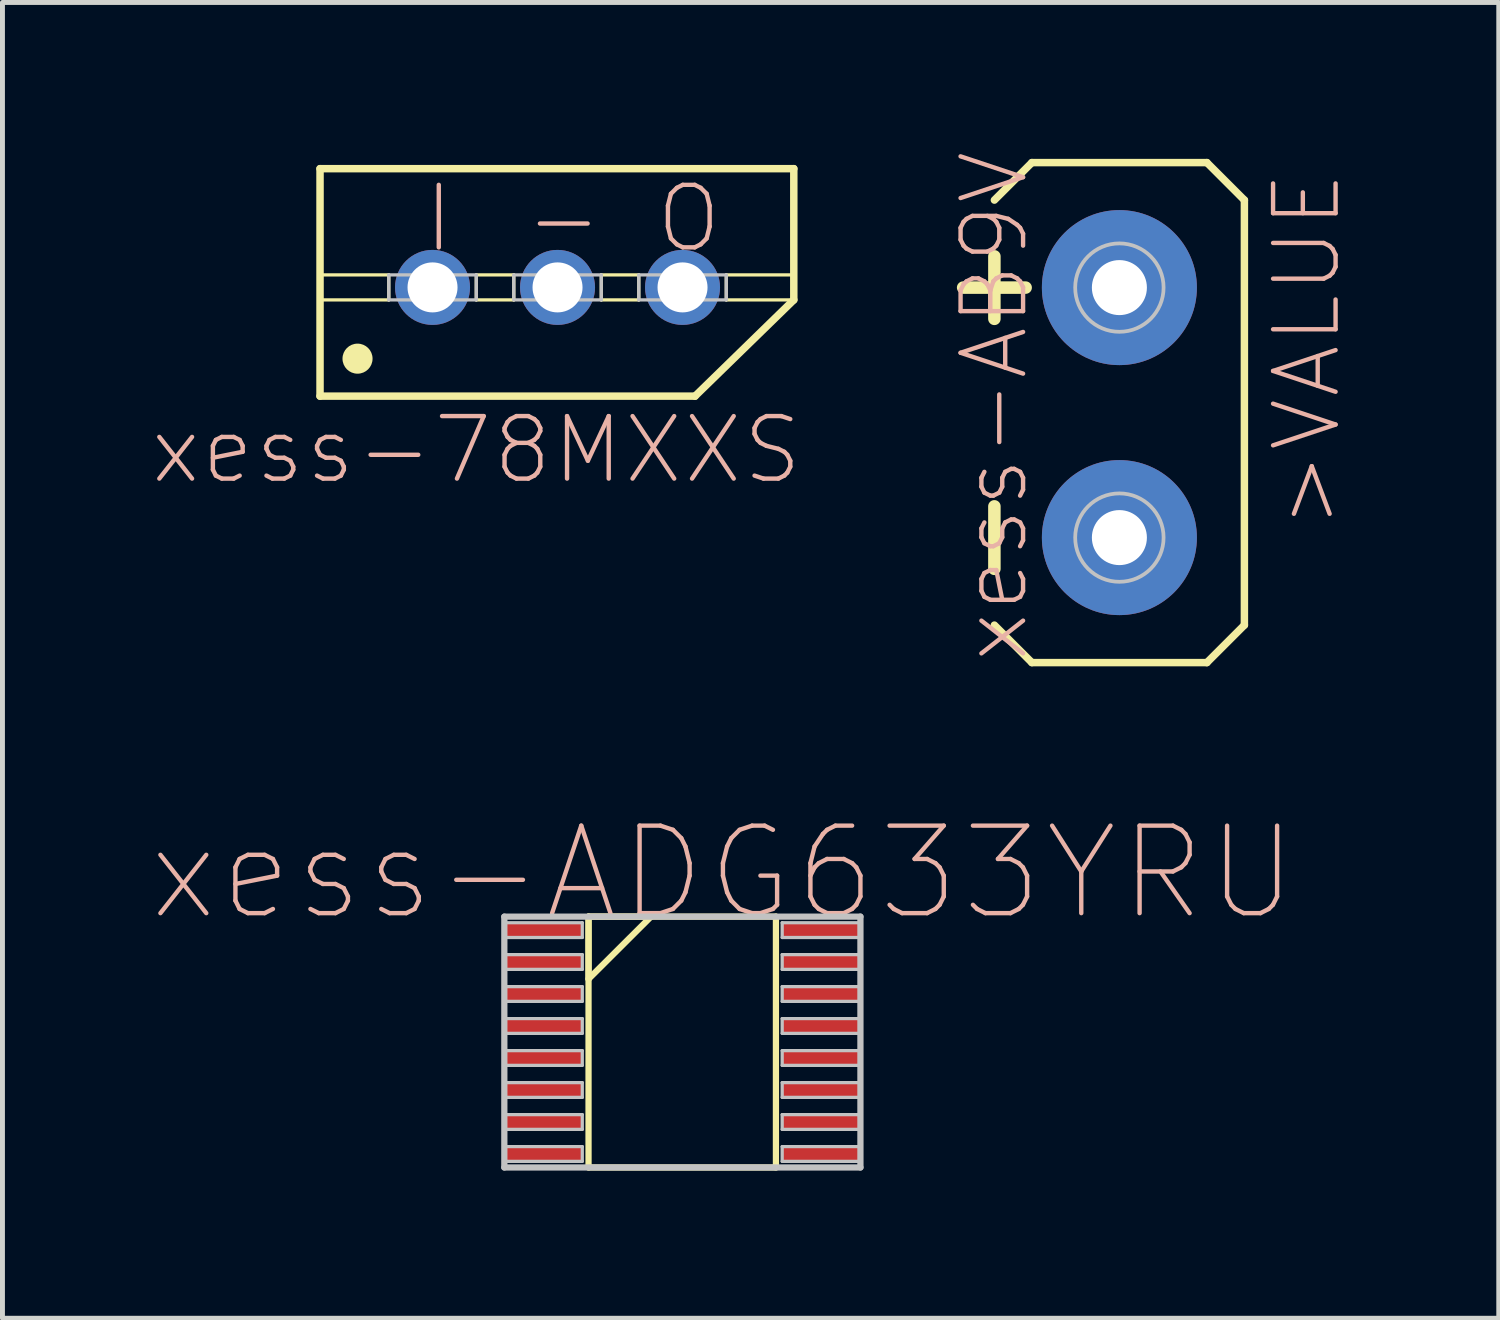
<source format=kicad_pcb>
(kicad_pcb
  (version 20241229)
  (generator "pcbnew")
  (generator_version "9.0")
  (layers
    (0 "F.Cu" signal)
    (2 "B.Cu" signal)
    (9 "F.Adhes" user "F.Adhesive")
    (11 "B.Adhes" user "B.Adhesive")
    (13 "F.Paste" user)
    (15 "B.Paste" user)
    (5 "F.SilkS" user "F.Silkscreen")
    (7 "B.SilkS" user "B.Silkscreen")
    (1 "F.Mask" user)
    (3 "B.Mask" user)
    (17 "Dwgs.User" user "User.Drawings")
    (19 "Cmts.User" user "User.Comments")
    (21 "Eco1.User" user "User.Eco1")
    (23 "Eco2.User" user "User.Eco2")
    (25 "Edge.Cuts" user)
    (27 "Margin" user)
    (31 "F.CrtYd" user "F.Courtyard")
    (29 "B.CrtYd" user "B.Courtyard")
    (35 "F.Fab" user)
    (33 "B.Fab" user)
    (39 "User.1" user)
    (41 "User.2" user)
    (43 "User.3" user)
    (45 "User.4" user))
  (footprint "xess-ADG633YRU"
    (layer "F.Cu")
    (at 7.99 15.85)
    (property "Reference" "xess-ADG633YRU" (at 3.65 -1.163 0) (layer "B.SilkS") (effects (font (size 1.778 1.778) (thickness 0.089))))
    (attr smd)
    (fp_line (start 0.919 -0.274) (end 0.919 0.993) (stroke (width 0.127) (type solid)) (layer "F.SilkS"))
    (fp_line (start 0.919 -0.274) (end 0.919 4.823) (stroke (width 0.127) (type solid)) (layer "F.SilkS"))
    (fp_line (start 0.919 0.993) (end 2.189 -0.274) (stroke (width 0.127) (type solid)) (layer "F.SilkS"))
    (fp_line (start 0.919 4.823) (end 4.727 4.823) (stroke (width 0.127) (type solid)) (layer "F.SilkS"))
    (fp_line (start 2.189 -0.274) (end 0.919 -0.274) (stroke (width 0.127) (type solid)) (layer "F.SilkS"))
    (fp_line (start 4.727 -0.274) (end 0.919 -0.274) (stroke (width 0.127) (type solid)) (layer "F.SilkS"))
    (fp_line (start 4.727 4.823) (end 4.727 -0.274) (stroke (width 0.127) (type solid)) (layer "F.SilkS"))
    (fp_line (start -0.792 -0.274) (end -0.792 4.823) (stroke (width 0.127) (type solid)) (layer "Dwgs.User"))
    (fp_line (start -0.792 -0.15) (end 0.792 -0.15) (stroke (width 0.066) (type solid)) (layer "Dwgs.User"))
    (fp_line (start -0.792 0.15) (end -0.792 -0.15) (stroke (width 0.066) (type solid)) (layer "Dwgs.User"))
    (fp_line (start -0.792 0.15) (end 0.792 0.15) (stroke (width 0.066) (type solid)) (layer "Dwgs.User"))
    (fp_line (start -0.792 0.498) (end 0.792 0.498) (stroke (width 0.066) (type solid)) (layer "Dwgs.User"))
    (fp_line (start -0.792 0.798) (end -0.792 0.498) (stroke (width 0.066) (type solid)) (layer "Dwgs.User"))
    (fp_line (start -0.792 0.798) (end 0.792 0.798) (stroke (width 0.066) (type solid)) (layer "Dwgs.User"))
    (fp_line (start -0.792 1.148) (end 0.792 1.148) (stroke (width 0.066) (type solid)) (layer "Dwgs.User"))
    (fp_line (start -0.792 1.448) (end -0.792 1.148) (stroke (width 0.066) (type solid)) (layer "Dwgs.User"))
    (fp_line (start -0.792 1.448) (end 0.792 1.448) (stroke (width 0.066) (type solid)) (layer "Dwgs.User"))
    (fp_line (start -0.792 1.798) (end 0.792 1.798) (stroke (width 0.066) (type solid)) (layer "Dwgs.User"))
    (fp_line (start -0.792 2.098) (end -0.792 1.798) (stroke (width 0.066) (type solid)) (layer "Dwgs.User"))
    (fp_line (start -0.792 2.098) (end 0.792 2.098) (stroke (width 0.066) (type solid)) (layer "Dwgs.User"))
    (fp_line (start -0.792 2.449) (end 0.792 2.449) (stroke (width 0.066) (type solid)) (layer "Dwgs.User"))
    (fp_line (start -0.792 2.748) (end -0.792 2.449) (stroke (width 0.066) (type solid)) (layer "Dwgs.User"))
    (fp_line (start -0.792 2.748) (end 0.792 2.748) (stroke (width 0.066) (type solid)) (layer "Dwgs.User"))
    (fp_line (start -0.792 3.099) (end 0.792 3.099) (stroke (width 0.066) (type solid)) (layer "Dwgs.User"))
    (fp_line (start -0.792 3.399) (end -0.792 3.099) (stroke (width 0.066) (type solid)) (layer "Dwgs.User"))
    (fp_line (start -0.792 3.399) (end 0.792 3.399) (stroke (width 0.066) (type solid)) (layer "Dwgs.User"))
    (fp_line (start -0.792 3.749) (end 0.792 3.749) (stroke (width 0.066) (type solid)) (layer "Dwgs.User"))
    (fp_line (start -0.792 4.049) (end -0.792 3.749) (stroke (width 0.066) (type solid)) (layer "Dwgs.User"))
    (fp_line (start -0.792 4.049) (end 0.792 4.049) (stroke (width 0.066) (type solid)) (layer "Dwgs.User"))
    (fp_line (start -0.792 4.399) (end 0.792 4.399) (stroke (width 0.066) (type solid)) (layer "Dwgs.User"))
    (fp_line (start -0.792 4.699) (end -0.792 4.399) (stroke (width 0.066) (type solid)) (layer "Dwgs.User"))
    (fp_line (start -0.792 4.699) (end 0.792 4.699) (stroke (width 0.066) (type solid)) (layer "Dwgs.User"))
    (fp_line (start -0.792 4.823) (end 6.444 4.823) (stroke (width 0.127) (type solid)) (layer "Dwgs.User"))
    (fp_line (start 0.792 0.15) (end 0.792 -0.15) (stroke (width 0.066) (type solid)) (layer "Dwgs.User"))
    (fp_line (start 0.792 0.798) (end 0.792 0.498) (stroke (width 0.066) (type solid)) (layer "Dwgs.User"))
    (fp_line (start 0.792 1.448) (end 0.792 1.148) (stroke (width 0.066) (type solid)) (layer "Dwgs.User"))
    (fp_line (start 0.792 2.098) (end 0.792 1.798) (stroke (width 0.066) (type solid)) (layer "Dwgs.User"))
    (fp_line (start 0.792 2.748) (end 0.792 2.449) (stroke (width 0.066) (type solid)) (layer "Dwgs.User"))
    (fp_line (start 0.792 3.399) (end 0.792 3.099) (stroke (width 0.066) (type solid)) (layer "Dwgs.User"))
    (fp_line (start 0.792 4.049) (end 0.792 3.749) (stroke (width 0.066) (type solid)) (layer "Dwgs.User"))
    (fp_line (start 0.792 4.699) (end 0.792 4.399) (stroke (width 0.066) (type solid)) (layer "Dwgs.User"))
    (fp_line (start 4.854 -0.15) (end 6.444 -0.15) (stroke (width 0.066) (type solid)) (layer "Dwgs.User"))
    (fp_line (start 4.854 0.15) (end 4.854 -0.15) (stroke (width 0.066) (type solid)) (layer "Dwgs.User"))
    (fp_line (start 4.854 0.15) (end 6.444 0.15) (stroke (width 0.066) (type solid)) (layer "Dwgs.User"))
    (fp_line (start 4.854 0.498) (end 6.444 0.498) (stroke (width 0.066) (type solid)) (layer "Dwgs.User"))
    (fp_line (start 4.854 0.798) (end 4.854 0.498) (stroke (width 0.066) (type solid)) (layer "Dwgs.User"))
    (fp_line (start 4.854 0.798) (end 6.444 0.798) (stroke (width 0.066) (type solid)) (layer "Dwgs.User"))
    (fp_line (start 4.854 1.148) (end 6.444 1.148) (stroke (width 0.066) (type solid)) (layer "Dwgs.User"))
    (fp_line (start 4.854 1.448) (end 4.854 1.148) (stroke (width 0.066) (type solid)) (layer "Dwgs.User"))
    (fp_line (start 4.854 1.448) (end 6.444 1.448) (stroke (width 0.066) (type solid)) (layer "Dwgs.User"))
    (fp_line (start 4.854 1.798) (end 6.444 1.798) (stroke (width 0.066) (type solid)) (layer "Dwgs.User"))
    (fp_line (start 4.854 2.098) (end 4.854 1.798) (stroke (width 0.066) (type solid)) (layer "Dwgs.User"))
    (fp_line (start 4.854 2.098) (end 6.444 2.098) (stroke (width 0.066) (type solid)) (layer "Dwgs.User"))
    (fp_line (start 4.854 2.449) (end 6.444 2.449) (stroke (width 0.066) (type solid)) (layer "Dwgs.User"))
    (fp_line (start 4.854 2.748) (end 4.854 2.449) (stroke (width 0.066) (type solid)) (layer "Dwgs.User"))
    (fp_line (start 4.854 2.748) (end 6.444 2.748) (stroke (width 0.066) (type solid)) (layer "Dwgs.User"))
    (fp_line (start 4.854 3.099) (end 6.444 3.099) (stroke (width 0.066) (type solid)) (layer "Dwgs.User"))
    (fp_line (start 4.854 3.399) (end 4.854 3.099) (stroke (width 0.066) (type solid)) (layer "Dwgs.User"))
    (fp_line (start 4.854 3.399) (end 6.444 3.399) (stroke (width 0.066) (type solid)) (layer "Dwgs.User"))
    (fp_line (start 4.854 3.749) (end 6.444 3.749) (stroke (width 0.066) (type solid)) (layer "Dwgs.User"))
    (fp_line (start 4.854 4.049) (end 4.854 3.749) (stroke (width 0.066) (type solid)) (layer "Dwgs.User"))
    (fp_line (start 4.854 4.049) (end 6.444 4.049) (stroke (width 0.066) (type solid)) (layer "Dwgs.User"))
    (fp_line (start 4.854 4.399) (end 6.444 4.399) (stroke (width 0.066) (type solid)) (layer "Dwgs.User"))
    (fp_line (start 4.854 4.699) (end 4.854 4.399) (stroke (width 0.066) (type solid)) (layer "Dwgs.User"))
    (fp_line (start 4.854 4.699) (end 6.444 4.699) (stroke (width 0.066) (type solid)) (layer "Dwgs.User"))
    (fp_line (start 6.444 -0.274) (end -0.792 -0.274) (stroke (width 0.127) (type solid)) (layer "Dwgs.User"))
    (fp_line (start 6.444 0.15) (end 6.444 -0.15) (stroke (width 0.066) (type solid)) (layer "Dwgs.User"))
    (fp_line (start 6.444 0.798) (end 6.444 0.498) (stroke (width 0.066) (type solid)) (layer "Dwgs.User"))
    (fp_line (start 6.444 1.448) (end 6.444 1.148) (stroke (width 0.066) (type solid)) (layer "Dwgs.User"))
    (fp_line (start 6.444 2.098) (end 6.444 1.798) (stroke (width 0.066) (type solid)) (layer "Dwgs.User"))
    (fp_line (start 6.444 2.748) (end 6.444 2.449) (stroke (width 0.066) (type solid)) (layer "Dwgs.User"))
    (fp_line (start 6.444 3.399) (end 6.444 3.099) (stroke (width 0.066) (type solid)) (layer "Dwgs.User"))
    (fp_line (start 6.444 4.049) (end 6.444 3.749) (stroke (width 0.066) (type solid)) (layer "Dwgs.User"))
    (fp_line (start 6.444 4.699) (end 6.444 4.399) (stroke (width 0.066) (type solid)) (layer "Dwgs.User"))
    (fp_line (start 6.444 4.823) (end 6.444 -0.274) (stroke (width 0.127) (type solid)) (layer "Dwgs.User"))
    (pad "1" smd rect (at 0 0) (size 1.587 0.3) (layers "F.Cu" "F.Mask" "F.Paste"))
    (pad "2" smd rect (at 0 0.648) (size 1.587 0.3) (layers "F.Cu" "F.Mask" "F.Paste"))
    (pad "3" smd rect (at 0 1.298) (size 1.587 0.3) (layers "F.Cu" "F.Mask" "F.Paste"))
    (pad "4" smd rect (at 0 1.948) (size 1.587 0.3) (layers "F.Cu" "F.Mask" "F.Paste"))
    (pad "5" smd rect (at 0 2.598) (size 1.587 0.3) (layers "F.Cu" "F.Mask" "F.Paste"))
    (pad "6" smd rect (at 0 3.249) (size 1.587 0.3) (layers "F.Cu" "F.Mask" "F.Paste"))
    (pad "7" smd rect (at 0 3.899) (size 1.587 0.3) (layers "F.Cu" "F.Mask" "F.Paste"))
    (pad "8" smd rect (at 0 4.549) (size 1.587 0.3) (layers "F.Cu" "F.Mask" "F.Paste"))
    (pad "9" smd rect (at 5.649 4.549) (size 1.587 0.3) (layers "F.Cu" "F.Mask" "F.Paste"))
    (pad "10" smd rect (at 5.649 3.899) (size 1.587 0.3) (layers "F.Cu" "F.Mask" "F.Paste"))
    (pad "11" smd rect (at 5.649 3.249) (size 1.587 0.3) (layers "F.Cu" "F.Mask" "F.Paste"))
    (pad "12" smd rect (at 5.649 2.598) (size 1.587 0.3) (layers "F.Cu" "F.Mask" "F.Paste"))
    (pad "13" smd rect (at 5.649 1.948) (size 1.587 0.3) (layers "F.Cu" "F.Mask" "F.Paste"))
    (pad "14" smd rect (at 5.649 1.298) (size 1.587 0.3) (layers "F.Cu" "F.Mask" "F.Paste"))
    (pad "15" smd rect (at 5.649 0.648) (size 1.587 0.3) (layers "F.Cu" "F.Mask" "F.Paste"))
    (pad "16" smd rect (at 5.649 0) (size 1.587 0.3) (layers "F.Cu" "F.Mask" "F.Paste")))
  (footprint "xess-78MXXS"
    (layer "F.Cu")
    (at 8.279 0.25)
    (property "Reference" "xess-78MXXS" (at -1.651 5.842 0) (layer "B.SilkS") (effects (font (size 1.27 1.27) (thickness 0.089))))
    (attr exclude_from_pos_files exclude_from_bom)
    (fp_line (start -4.826 0.127) (end 4.801 0.127) (stroke (width 0.152) (type solid)) (layer "F.SilkS"))
    (fp_line (start -4.826 2.286) (end -3.429 2.286) (stroke (width 0.066) (type solid)) (layer "F.SilkS"))
    (fp_line (start -4.826 2.794) (end -4.826 2.286) (stroke (width 0.066) (type solid)) (layer "F.SilkS"))
    (fp_line (start -4.826 2.794) (end -3.429 2.794) (stroke (width 0.066) (type solid)) (layer "F.SilkS"))
    (fp_line (start -4.826 4.75) (end -4.826 0.127) (stroke (width 0.152) (type solid)) (layer "F.SilkS"))
    (fp_line (start -4.826 4.75) (end 2.794 4.75) (stroke (width 0.152) (type solid)) (layer "F.SilkS"))
    (fp_line (start -3.429 2.794) (end -3.429 2.286) (stroke (width 0.066) (type solid)) (layer "F.SilkS"))
    (fp_line (start -1.651 2.286) (end -0.889 2.286) (stroke (width 0.066) (type solid)) (layer "F.SilkS"))
    (fp_line (start -1.651 2.794) (end -1.651 2.286) (stroke (width 0.066) (type solid)) (layer "F.SilkS"))
    (fp_line (start -1.651 2.794) (end -0.889 2.794) (stroke (width 0.066) (type solid)) (layer "F.SilkS"))
    (fp_line (start -0.889 2.794) (end -0.889 2.286) (stroke (width 0.066) (type solid)) (layer "F.SilkS"))
    (fp_line (start 0.889 2.286) (end 1.651 2.286) (stroke (width 0.066) (type solid)) (layer "F.SilkS"))
    (fp_line (start 0.889 2.794) (end 0.889 2.286) (stroke (width 0.066) (type solid)) (layer "F.SilkS"))
    (fp_line (start 0.889 2.794) (end 1.651 2.794) (stroke (width 0.066) (type solid)) (layer "F.SilkS"))
    (fp_line (start 1.651 2.794) (end 1.651 2.286) (stroke (width 0.066) (type solid)) (layer "F.SilkS"))
    (fp_line (start 2.794 4.75) (end 4.801 2.794) (stroke (width 0.152) (type solid)) (layer "F.SilkS"))
    (fp_line (start 3.429 2.286) (end 4.826 2.286) (stroke (width 0.066) (type solid)) (layer "F.SilkS"))
    (fp_line (start 3.429 2.794) (end 3.429 2.286) (stroke (width 0.066) (type solid)) (layer "F.SilkS"))
    (fp_line (start 3.429 2.794) (end 4.826 2.794) (stroke (width 0.066) (type solid)) (layer "F.SilkS"))
    (fp_line (start 4.801 0.127) (end 4.801 2.794) (stroke (width 0.152) (type solid)) (layer "F.SilkS"))
    (fp_line (start 4.826 2.794) (end 4.826 2.286) (stroke (width 0.066) (type solid)) (layer "F.SilkS"))
    (fp_circle (center -4.064 3.988) (end -4.28 4.204) (stroke (width 0) (type solid)) (fill yes) (layer "F.SilkS"))
    (fp_line (start -3.429 2.286) (end -1.651 2.286) (stroke (width 0.066) (type solid)) (layer "Dwgs.User"))
    (fp_line (start -3.429 2.794) (end -3.429 2.286) (stroke (width 0.066) (type solid)) (layer "Dwgs.User"))
    (fp_line (start -3.429 2.794) (end -1.651 2.794) (stroke (width 0.066) (type solid)) (layer "Dwgs.User"))
    (fp_line (start -1.651 2.794) (end -1.651 2.286) (stroke (width 0.066) (type solid)) (layer "Dwgs.User"))
    (fp_line (start -0.889 2.286) (end 0.889 2.286) (stroke (width 0.066) (type solid)) (layer "Dwgs.User"))
    (fp_line (start -0.889 2.794) (end -0.889 2.286) (stroke (width 0.066) (type solid)) (layer "Dwgs.User"))
    (fp_line (start -0.889 2.794) (end 0.889 2.794) (stroke (width 0.066) (type solid)) (layer "Dwgs.User"))
    (fp_line (start 0.889 2.794) (end 0.889 2.286) (stroke (width 0.066) (type solid)) (layer "Dwgs.User"))
    (fp_line (start 1.651 2.286) (end 3.429 2.286) (stroke (width 0.066) (type solid)) (layer "Dwgs.User"))
    (fp_line (start 1.651 2.794) (end 1.651 2.286) (stroke (width 0.066) (type solid)) (layer "Dwgs.User"))
    (fp_line (start 1.651 2.794) (end 3.429 2.794) (stroke (width 0.066) (type solid)) (layer "Dwgs.User"))
    (fp_line (start 3.429 2.794) (end 3.429 2.286) (stroke (width 0.066) (type solid)) (layer "Dwgs.User"))
    (fp_text user "-" (at 0.127 1.143 0) (layer "B.SilkS") (effects (font (size 1.27 1.27) (thickness 0.089))))
    (fp_text user "O" (at 2.667 1.143 0) (layer "B.SilkS") (effects (font (size 1.27 1.27) (thickness 0.089))))
    (fp_text user "I" (at -2.413 1.143 0) (layer "B.SilkS") (effects (font (size 1.27 1.27) (thickness 0.089))))
    (pad "GND" thru_hole circle (at 0 2.54) (size 1.524 1.524) (drill 1.016) (layers "*.Cu" "*.Mask"))
    (pad "IN" thru_hole circle (at -2.54 2.54) (size 1.524 1.524) (drill 1.016) (layers "*.Cu" "*.Mask"))
    (pad "OUT" thru_hole circle (at 2.54 2.54) (size 1.524 1.524) (drill 1.016) (layers "*.Cu" "*.Mask")))
  (footprint "xess-AB9V"
    (layer "F.Cu")
    (at 19.696 5.334)
    (property "Reference" "xess-AB9V" (at -2.54 -0.127 90) (layer "B.SilkS") (effects (font (size 1.27 1.27) (thickness 0.089))))
    (attr exclude_from_pos_files exclude_from_bom)
    (fp_line (start -2.54 -4.318) (end -1.778 -5.08) (stroke (width 0.152) (type solid)) (layer "F.SilkS"))
    (fp_line (start -2.54 -1.905) (end -2.54 -3.175) (stroke (width 0.254) (type solid)) (layer "F.SilkS"))
    (fp_line (start -2.54 3.175) (end -2.54 1.905) (stroke (width 0.254) (type solid)) (layer "F.SilkS"))
    (fp_line (start -2.54 4.318) (end -1.778 5.08) (stroke (width 0.152) (type solid)) (layer "F.SilkS"))
    (fp_line (start -1.905 -2.54) (end -3.175 -2.54) (stroke (width 0.254) (type solid)) (layer "F.SilkS"))
    (fp_line (start -1.778 -5.08) (end 1.778 -5.08) (stroke (width 0.152) (type solid)) (layer "F.SilkS"))
    (fp_line (start 1.778 5.08) (end -1.778 5.08) (stroke (width 0.152) (type solid)) (layer "F.SilkS"))
    (fp_line (start 1.778 5.08) (end 2.54 4.318) (stroke (width 0.152) (type solid)) (layer "F.SilkS"))
    (fp_line (start 2.54 -4.318) (end 1.778 -5.08) (stroke (width 0.152) (type solid)) (layer "F.SilkS"))
    (fp_line (start 2.54 -4.318) (end 2.54 4.318) (stroke (width 0.152) (type solid)) (layer "F.SilkS"))
    (fp_circle (center 0 -2.54) (end -0.635 -3.175) (stroke (width 0.076) (type solid)) (fill no) (layer "Dwgs.User"))
    (fp_circle (center 0 2.54) (end -0.635 3.175) (stroke (width 0.076) (type solid)) (fill no) (layer "Dwgs.User"))
    (fp_text user ">VALUE" (at 3.81 -1.27 90) (layer "B.SilkS") (effects (font (size 1.27 1.27) (thickness 0.089))))
    (pad "+" thru_hole circle (at 0 -2.54) (size 3.15 3.15) (drill 1.118) (layers "*.Cu" "*.Mask"))
    (pad "-" thru_hole circle (at 0 2.54) (size 3.15 3.15) (drill 1.118) (layers "*.Cu" "*.Mask")))
  (gr_rect
    (start -3 -3)
    (end 27.405 23.737)
    (stroke (width 0.1) (type default))
    (fill no)
    (layer "Edge.Cuts")))
</source>
